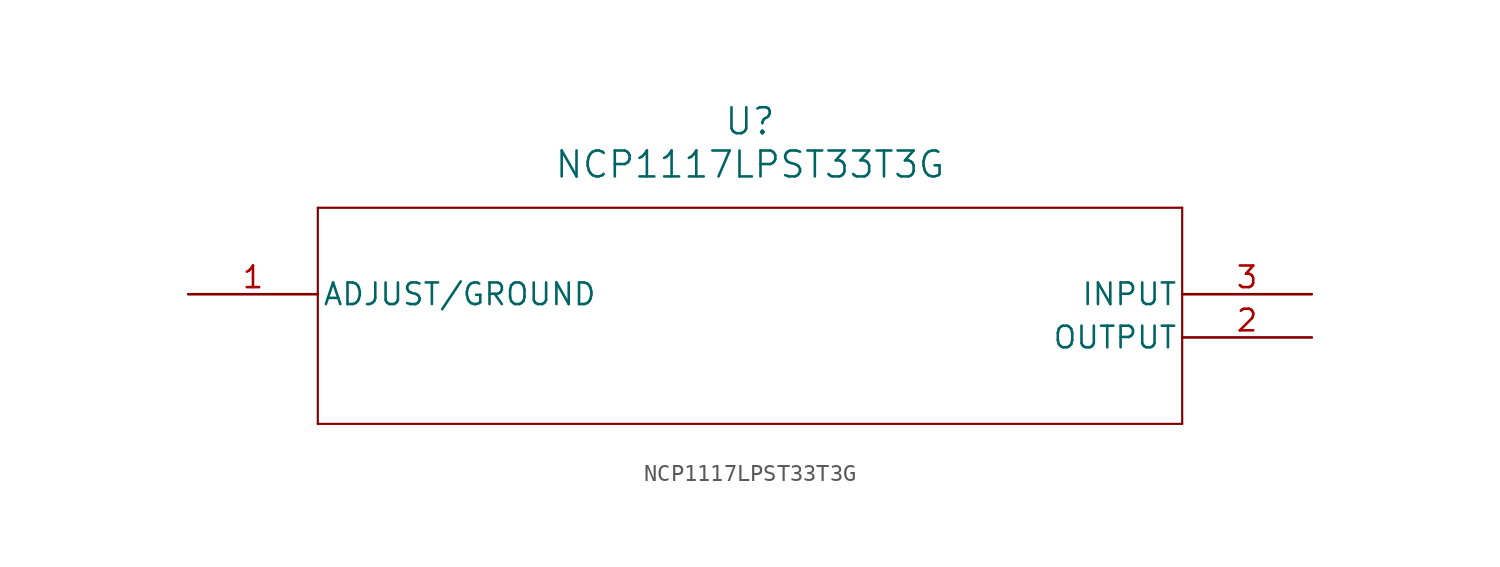
<source format=kicad_sym>
(kicad_symbol_lib
  (version 20211014)
  (generator kicad_symbol_editor)
  (symbol "NCP1117LPST33T3G"
    (pin_names
      (offset 0.254))
    (property "Reference" "U"
      (at 33.02 10.16 0)
      (effects (font (size 1.524 1.524))))
    (property "Value" "NCP1117LPST33T3G"
      (at 33.02 7.62 0)
      (effects (font (size 1.524 1.524))))
    (symbol "NCP1117LPST33T3G_0_1"
      (polyline (pts (xy 7.62 5.08) (xy 7.62 -7.62)) (stroke (width 0.127) (type default) (color 0 0 0 0)) (fill (type none)))
      (polyline (pts (xy 7.62 -7.62) (xy 58.42 -7.62)) (stroke (width 0.127) (type default) (color 0 0 0 0)) (fill (type none)))
      (polyline (pts (xy 58.42 -7.62) (xy 58.42 5.08)) (stroke (width 0.127) (type default) (color 0 0 0 0)) (fill (type none)))
      (polyline (pts (xy 58.42 5.08) (xy 7.62 5.08)) (stroke (width 0.127) (type default) (color 0 0 0 0)) (fill (type none)))
      (pin bidirectional line (at 0 0 0) (length 7.62) (name "ADJUST/GROUND" (effects (font (size 1.27 1.27)))) (number "1" (effects (font (size 1.27 1.27)))))
      (pin output line (at 66.04 -2.54 180) (length 7.62) (name "OUTPUT" (effects (font (size 1.27 1.27)))) (number "2" (effects (font (size 1.27 1.27)))))
      (pin input line (at 66.04 0 180) (length 7.62) (name "INPUT" (effects (font (size 1.27 1.27)))) (number "3" (effects (font (size 1.27 1.27))))))))
</source>
